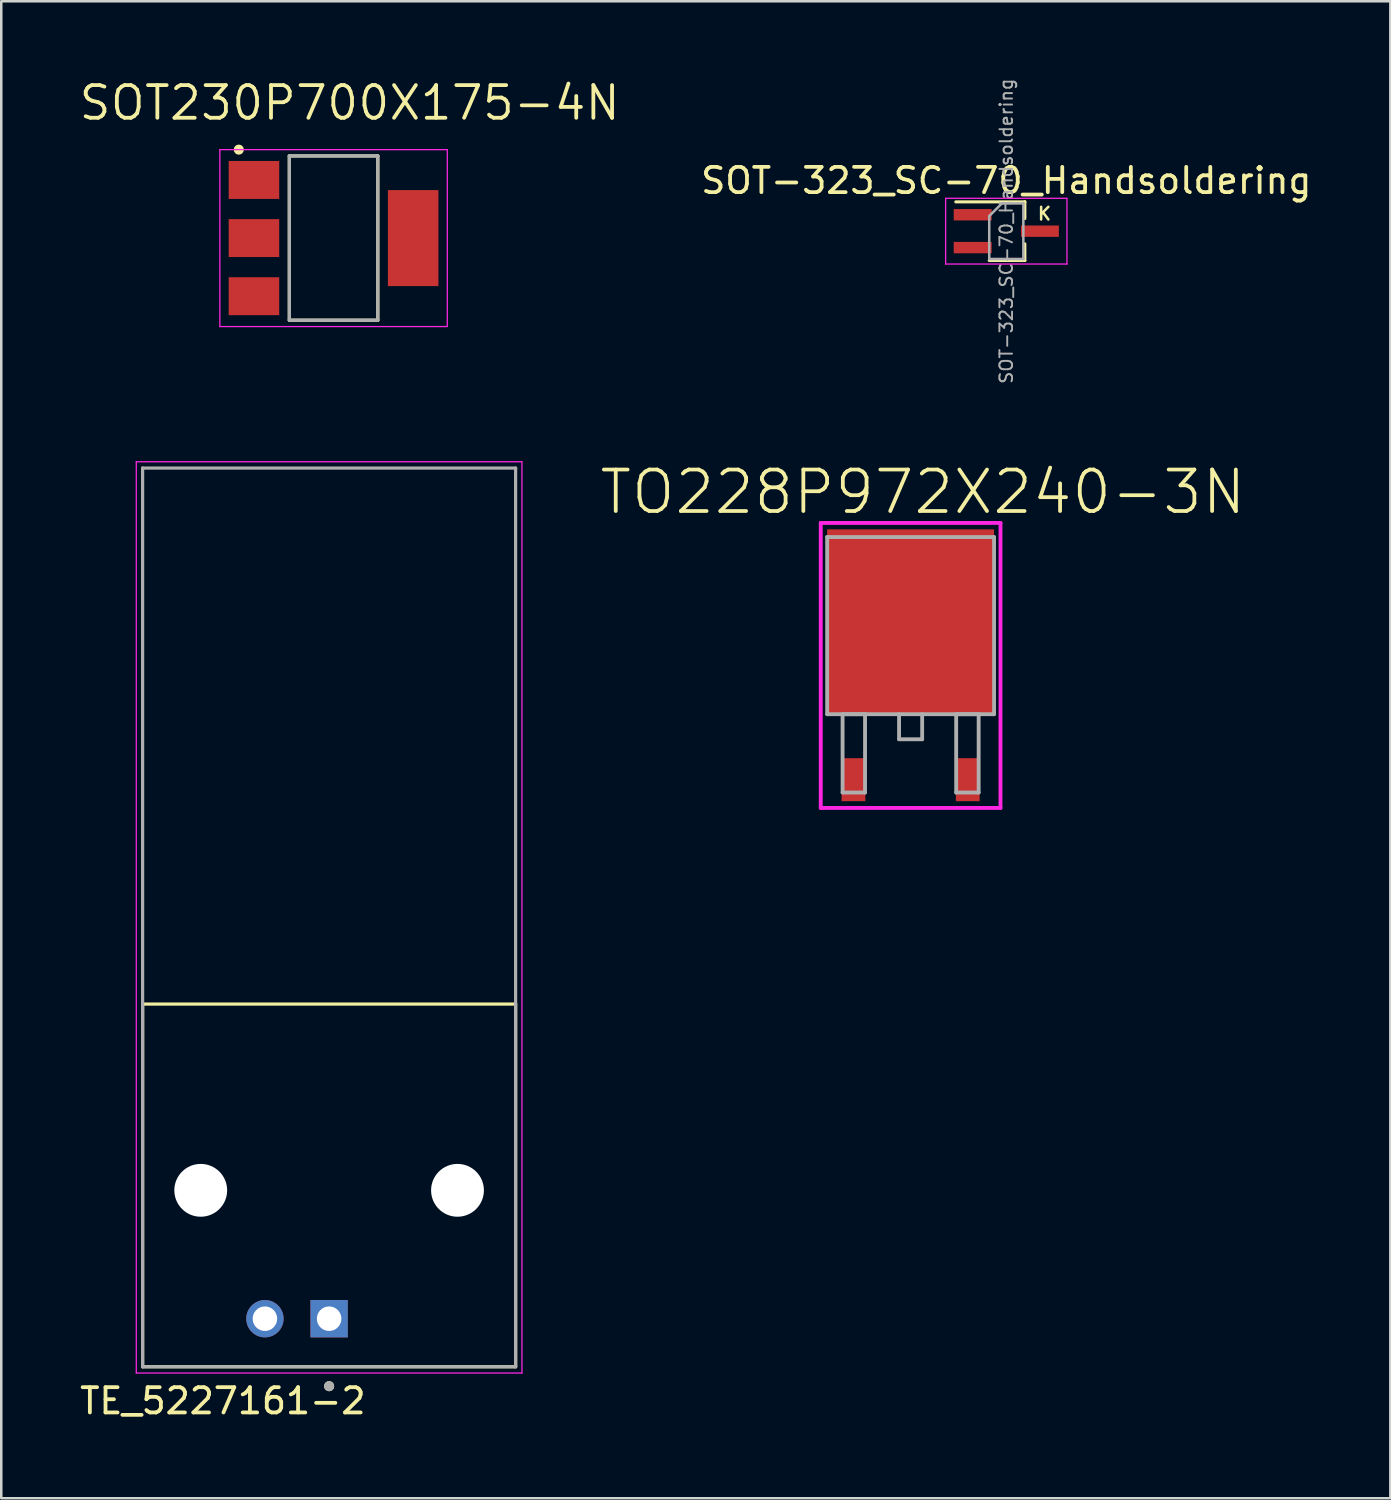
<source format=kicad_pcb>
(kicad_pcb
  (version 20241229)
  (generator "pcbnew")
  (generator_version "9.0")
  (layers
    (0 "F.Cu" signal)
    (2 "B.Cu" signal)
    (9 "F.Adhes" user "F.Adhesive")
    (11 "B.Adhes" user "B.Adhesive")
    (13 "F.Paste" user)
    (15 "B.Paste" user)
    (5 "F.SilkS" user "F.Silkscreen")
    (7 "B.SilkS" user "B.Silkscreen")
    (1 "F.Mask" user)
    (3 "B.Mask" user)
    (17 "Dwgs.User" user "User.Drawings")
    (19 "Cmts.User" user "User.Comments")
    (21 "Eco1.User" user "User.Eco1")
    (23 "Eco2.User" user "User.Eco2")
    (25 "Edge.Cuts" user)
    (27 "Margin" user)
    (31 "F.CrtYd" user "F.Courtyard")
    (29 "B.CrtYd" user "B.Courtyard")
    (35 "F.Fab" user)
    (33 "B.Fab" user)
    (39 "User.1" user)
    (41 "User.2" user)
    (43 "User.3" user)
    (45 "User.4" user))
  (footprint "SOT230P700X175-4N"
    (layer "F.Cu")
    (at 10.149 6.371)
    (property "Reference" "SOT230P700X175-4N" (at 0.637 -5.351 0) (layer "F.SilkS") (effects (font (size 1.294 1.294) (thickness 0.15))))
    (attr through_hole)
    (fp_line (start -1.75 -3.25) (end 1.75 -3.25) (stroke (width 0.127) (type solid)) (layer "F.SilkS"))
    (fp_line (start -1.75 3.25) (end -1.75 -3.25) (stroke (width 0.127) (type solid)) (layer "F.SilkS"))
    (fp_line (start 1.75 -3.25) (end 1.75 3.25) (stroke (width 0.127) (type solid)) (layer "F.SilkS"))
    (fp_line (start 1.75 3.25) (end -1.75 3.25) (stroke (width 0.127) (type solid)) (layer "F.SilkS"))
    (fp_circle (center -3.75 -3.5) (end -3.65 -3.5) (stroke (width 0.2) (type solid)) (fill no) (layer "F.SilkS"))
    (fp_line (start -4.5 -3.5) (end 4.5 -3.5) (stroke (width 0.05) (type solid)) (layer "F.CrtYd"))
    (fp_line (start -4.5 3.5) (end -4.5 -3.5) (stroke (width 0.05) (type solid)) (layer "F.CrtYd"))
    (fp_line (start 4.5 -3.5) (end 4.5 3.5) (stroke (width 0.05) (type solid)) (layer "F.CrtYd"))
    (fp_line (start 4.5 3.5) (end -4.5 3.5) (stroke (width 0.05) (type solid)) (layer "F.CrtYd"))
    (fp_line (start -1.75 -3.25) (end 1.75 -3.25) (stroke (width 0.127) (type solid)) (layer "F.Fab"))
    (fp_line (start -1.75 3.25) (end -1.75 -3.25) (stroke (width 0.127) (type solid)) (layer "F.Fab"))
    (fp_line (start 1.75 -3.25) (end 1.75 3.25) (stroke (width 0.127) (type solid)) (layer "F.Fab"))
    (fp_line (start 1.75 3.25) (end -1.75 3.25) (stroke (width 0.127) (type solid)) (layer "F.Fab"))
    (pad "1" smd rect (at -3.15 -2.3 270) (size 1.5 2) (layers "F.Cu" "F.Mask" "F.Paste"))
    (pad "2" smd rect (at -3.15 0 270) (size 1.5 2) (layers "F.Cu" "F.Mask" "F.Paste"))
    (pad "3" smd rect (at -3.15 2.3 270) (size 1.5 2) (layers "F.Cu" "F.Mask" "F.Paste"))
    (pad "4" smd rect (at 3.15 0 270) (size 3.8 2) (layers "F.Cu" "F.Mask" "F.Paste")))
  (footprint "TO228P972X240-3N"
    (layer "F.Cu")
    (at 32.983 21.706)
    (property "Reference" "TO228P972X240-3N" (at 0.483 -5.287 0) (layer "F.SilkS") (effects (font (size 1.641 1.641) (thickness 0.15))))
    (attr through_hole)
    (fp_line (start -3.556 -4.064) (end 3.556 -4.064) (stroke (width 0.152) (type solid)) (layer "F.CrtYd"))
    (fp_line (start -3.556 7.214) (end -3.556 -4.064) (stroke (width 0.152) (type solid)) (layer "F.CrtYd"))
    (fp_line (start 3.556 -4.064) (end 3.556 7.214) (stroke (width 0.152) (type solid)) (layer "F.CrtYd"))
    (fp_line (start 3.556 7.214) (end -3.556 7.214) (stroke (width 0.152) (type solid)) (layer "F.CrtYd"))
    (fp_line (start -3.302 -3.505) (end -3.302 3.505) (stroke (width 0.152) (type solid)) (layer "F.Fab"))
    (fp_line (start -3.302 3.505) (end 3.302 3.505) (stroke (width 0.152) (type solid)) (layer "F.Fab"))
    (fp_line (start -2.692 3.505) (end -2.692 6.604) (stroke (width 0.152) (type solid)) (layer "F.Fab"))
    (fp_line (start -2.692 6.604) (end -1.803 6.604) (stroke (width 0.152) (type solid)) (layer "F.Fab"))
    (fp_line (start -1.803 3.505) (end -2.692 3.505) (stroke (width 0.152) (type solid)) (layer "F.Fab"))
    (fp_line (start -1.803 6.604) (end -1.803 3.505) (stroke (width 0.152) (type solid)) (layer "F.Fab"))
    (fp_line (start -0.457 3.505) (end -0.457 4.496) (stroke (width 0.152) (type solid)) (layer "F.Fab"))
    (fp_line (start -0.457 4.496) (end 0.457 4.496) (stroke (width 0.152) (type solid)) (layer "F.Fab"))
    (fp_line (start 0.457 4.496) (end 0.457 3.505) (stroke (width 0.152) (type solid)) (layer "F.Fab"))
    (fp_line (start 1.803 3.505) (end 1.803 6.604) (stroke (width 0.152) (type solid)) (layer "F.Fab"))
    (fp_line (start 1.803 6.604) (end 2.692 6.604) (stroke (width 0.152) (type solid)) (layer "F.Fab"))
    (fp_line (start 2.692 3.505) (end 1.803 3.505) (stroke (width 0.152) (type solid)) (layer "F.Fab"))
    (fp_line (start 2.692 6.604) (end 2.692 3.505) (stroke (width 0.152) (type solid)) (layer "F.Fab"))
    (fp_line (start 3.302 -3.505) (end -3.302 -3.505) (stroke (width 0.152) (type solid)) (layer "F.Fab"))
    (fp_line (start 3.302 3.505) (end 3.302 -3.505) (stroke (width 0.152) (type solid)) (layer "F.Fab"))
    (pad "1" smd rect (at -2.261 6.096) (size 0.94 1.702) (layers "F.Cu" "F.Mask" "F.Paste"))
    (pad "2" smd rect (at 0 -0.152) (size 6.604 7.315) (layers "F.Cu" "F.Mask" "F.Paste"))
    (pad "3" smd rect (at 2.261 6.096) (size 0.94 1.702) (layers "F.Cu" "F.Mask" "F.Paste")))
  (footprint "TE_5227161-2"
    (layer "F.Cu")
    (at 9.973 44.051)
    (property "Reference" "TE_5227161-2" (at -4.205 8.335 0) (layer "F.SilkS") (effects (font (size 1 1) (thickness 0.15))))
    (attr through_hole)
    (fp_line (start -7.38 -7.37) (end 7.38 -7.37) (stroke (width 0.127) (type solid)) (layer "F.SilkS"))
    (fp_line (start -7.38 6.98) (end -7.38 -7.37) (stroke (width 0.127) (type solid)) (layer "F.SilkS"))
    (fp_line (start 7.38 -7.37) (end 7.38 6.98) (stroke (width 0.127) (type solid)) (layer "F.SilkS"))
    (fp_line (start 7.38 6.98) (end -7.38 6.98) (stroke (width 0.127) (type solid)) (layer "F.SilkS"))
    (fp_circle (center 0 7.75) (end 0.1 7.75) (stroke (width 0.2) (type solid)) (fill no) (layer "F.SilkS"))
    (fp_line (start -7.63 -28.83) (end 7.63 -28.83) (stroke (width 0.05) (type solid)) (layer "F.CrtYd"))
    (fp_line (start -7.63 7.23) (end -7.63 -28.83) (stroke (width 0.05) (type solid)) (layer "F.CrtYd"))
    (fp_line (start 7.63 -28.83) (end 7.63 7.23) (stroke (width 0.05) (type solid)) (layer "F.CrtYd"))
    (fp_line (start 7.63 7.23) (end -7.63 7.23) (stroke (width 0.05) (type solid)) (layer "F.CrtYd"))
    (fp_line (start -7.38 -28.58) (end 7.38 -28.58) (stroke (width 0.127) (type solid)) (layer "F.Fab"))
    (fp_line (start -7.38 6.98) (end -7.38 -28.58) (stroke (width 0.127) (type solid)) (layer "F.Fab"))
    (fp_line (start 7.38 -28.58) (end 7.38 6.98) (stroke (width 0.127) (type solid)) (layer "F.Fab"))
    (fp_line (start 7.38 6.98) (end -7.38 6.98) (stroke (width 0.127) (type solid)) (layer "F.Fab"))
    (fp_circle (center 0 7.75) (end 0.1 7.75) (stroke (width 0.2) (type solid)) (fill no) (layer "F.Fab"))
    (pad "" np_thru_hole circle (at -5.08 0) (size 2.09 2.09) (drill 2.09) (layers "*.Cu" "*.Mask"))
    (pad "" np_thru_hole circle (at 5.08 0) (size 2.09 2.09) (drill 2.09) (layers "*.Cu" "*.Mask"))
    (pad "G" thru_hole circle (at -2.54 5.08) (size 1.478 1.478) (drill 0.97) (layers "*.Cu" "*.Mask"))
    (pad "S" thru_hole rect (at 0 5.08) (size 1.478 1.478) (drill 0.97) (layers "*.Cu" "*.Mask")))
  (footprint "SOT-323_SC-70_Handsoldering"
    (layer "F.Cu")
    (at 36.769 6.098)
    (property "Reference" "SOT-323_SC-70_Handsoldering" (at 0 -2 0) (layer "F.SilkS") (effects (font (size 1 1) (thickness 0.15))))
    (attr smd)
    (fp_line (start -0.675 1.16) (end 0.735 1.16) (stroke (width 0.12) (type solid)) (layer "F.SilkS"))
    (fp_line (start 0.735 -1.17) (end 0.735 -0.5) (stroke (width 0.12) (type solid)) (layer "F.SilkS"))
    (fp_line (start 0.735 -1.16) (end -2 -1.16) (stroke (width 0.12) (type solid)) (layer "F.SilkS"))
    (fp_line (start 0.735 0.5) (end 0.735 1.16) (stroke (width 0.12) (type solid)) (layer "F.SilkS"))
    (fp_line (start -2.4 -1.3) (end 2.4 -1.3) (stroke (width 0.05) (type solid)) (layer "F.CrtYd"))
    (fp_line (start -2.4 1.3) (end -2.4 -1.3) (stroke (width 0.05) (type solid)) (layer "F.CrtYd"))
    (fp_line (start 2.4 -1.3) (end 2.4 1.3) (stroke (width 0.05) (type solid)) (layer "F.CrtYd"))
    (fp_line (start 2.4 1.3) (end -2.4 1.3) (stroke (width 0.05) (type solid)) (layer "F.CrtYd"))
    (fp_line (start -0.675 -0.6) (end -0.675 1.1) (stroke (width 0.1) (type solid)) (layer "F.Fab"))
    (fp_line (start -0.175 -1.1) (end -0.675 -0.6) (stroke (width 0.1) (type solid)) (layer "F.Fab"))
    (fp_line (start 0.675 -1.1) (end -0.175 -1.1) (stroke (width 0.1) (type solid)) (layer "F.Fab"))
    (fp_line (start 0.675 -1.1) (end 0.675 1.1) (stroke (width 0.1) (type solid)) (layer "F.Fab"))
    (fp_line (start 0.675 1.1) (end -0.675 1.1) (stroke (width 0.1) (type solid)) (layer "F.Fab"))
    (fp_text user "K" (at 1.51 -0.69 0) (layer "F.SilkS") (effects (font (size 0.5 0.5) (thickness 0.1))))
    (fp_text user "${REFERENCE}" (at 0 0 90) (layer "F.Fab") (effects (font (size 0.5 0.5) (thickness 0.075))))
    (pad "1" smd rect (at 1.33 0 270) (size 0.45 1.5) (layers "F.Cu" "F.Mask" "F.Paste"))
    (pad "2" smd rect (at -1.33 -0.65 270) (size 0.45 1.5) (layers "F.Cu" "F.Mask" "F.Paste"))
    (pad "3" smd rect (at -1.33 0.65 270) (size 0.45 1.5) (layers "F.Cu" "F.Mask" "F.Paste")))
  (gr_rect
    (start -3 -3)
    (end 51.966 56.235)
    (stroke (width 0.1) (type default))
    (fill no)
    (layer "Edge.Cuts")))
</source>
